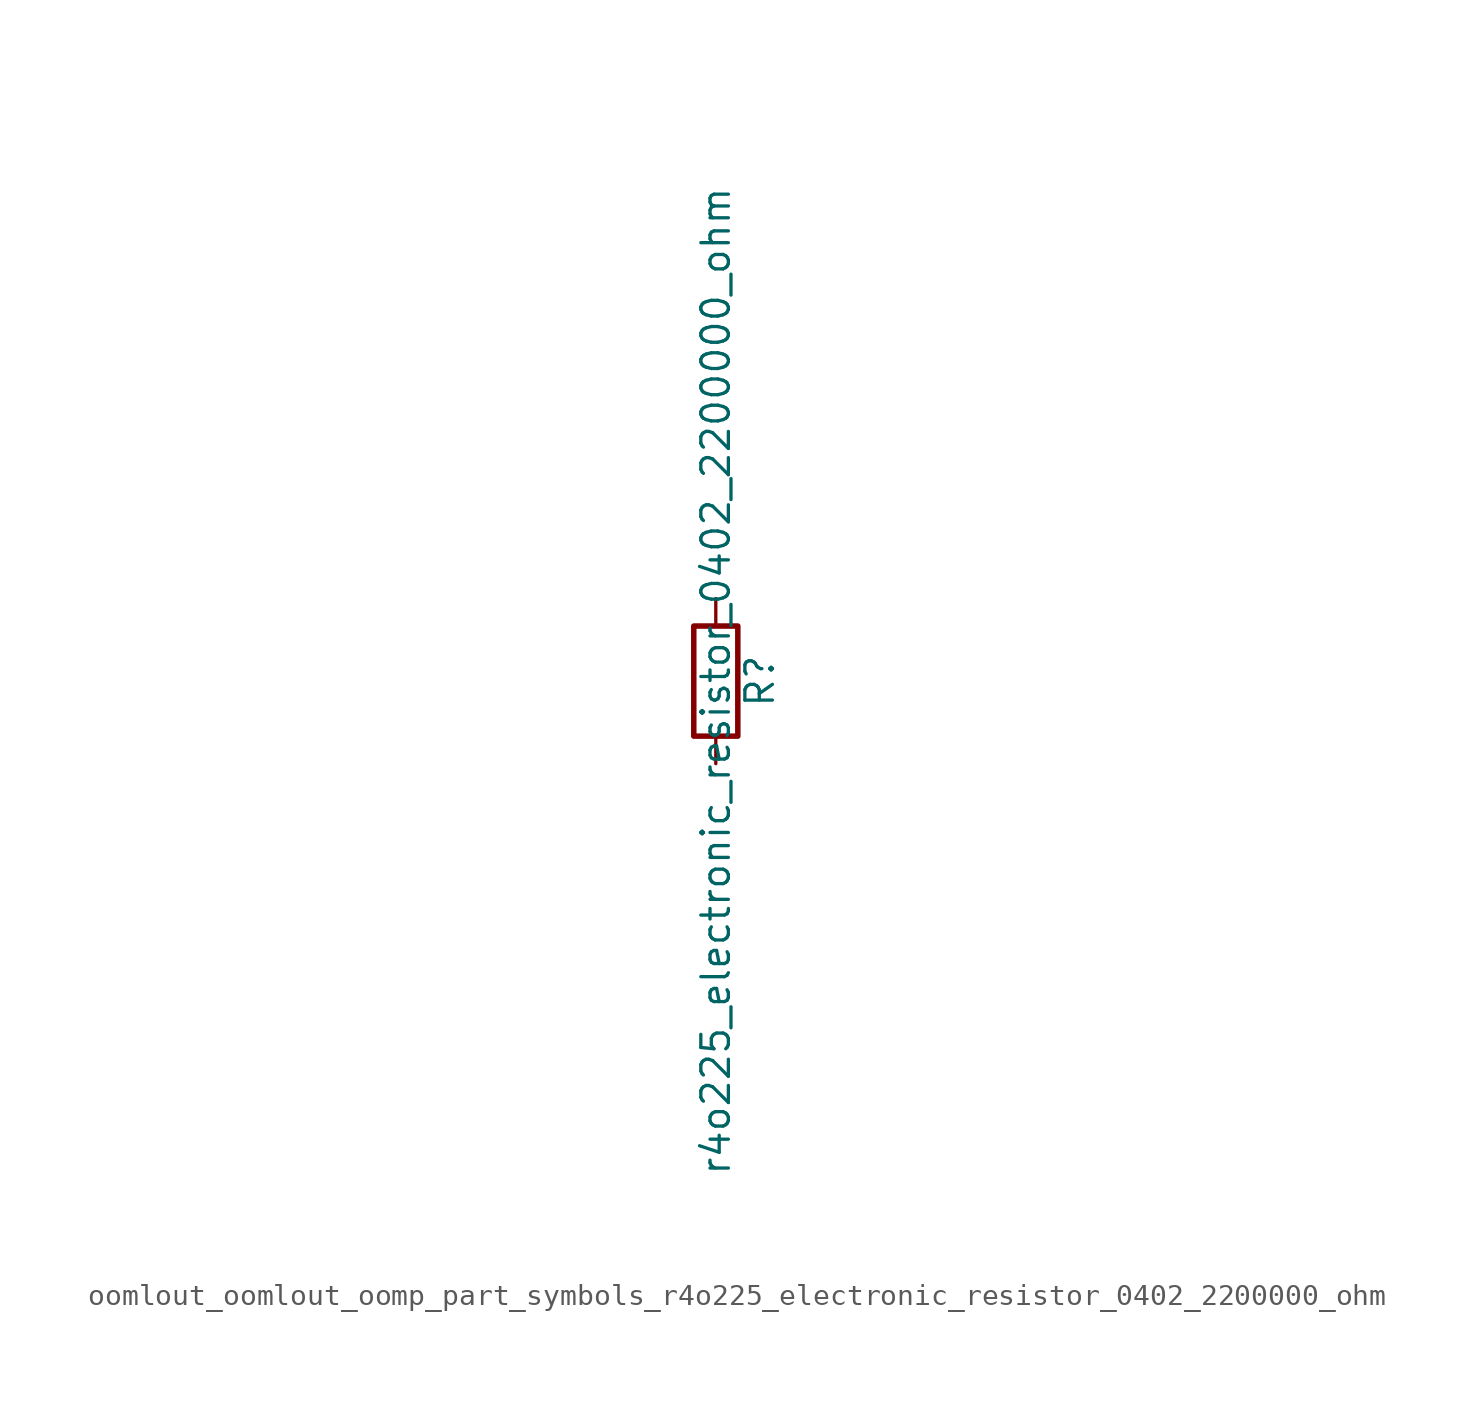
<source format=kicad_sym>
(kicad_symbol_lib
  (version 20220914)
  (generator kicad_symbol_editor)
  (symbol "oomlout_oomlout_oomp_part_symbols_r4o225_electronic_resistor_0402_2200000_ohm"
    (pin_numbers hide)
    (pin_names
      (offset 0))
    (property "Reference" "R"
      (at 2.032 0 90)
      (effects (font (size 1.27 1.27))))
    (property "Value" "r4o225_electronic_resistor_0402_2200000_ohm"
      (at 0 0 90)
      (effects (font (size 1.27 1.27))))
    (symbol "oomlout_oomlout_oomp_part_symbols_r4o225_electronic_resistor_0402_2200000_ohm_0_1"
      (rectangle (start -1.016 -2.54) (end 1.016 2.54) (stroke (width 0.254) (type default)) (fill (type none))))
    (symbol "oomlout_oomlout_oomp_part_symbols_r4o225_electronic_resistor_0402_2200000_ohm_1_1"
      (pin passive line (at 0 3.81 270) (length 1.27) (name "~" (effects (font (size 1.27 1.27)))) (number "1" (effects (font (size 1.27 1.27)))))
      (pin passive line (at 0 -3.81 90) (length 1.27) (name "~" (effects (font (size 1.27 1.27)))) (number "2" (effects (font (size 1.27 1.27))))))))
</source>
